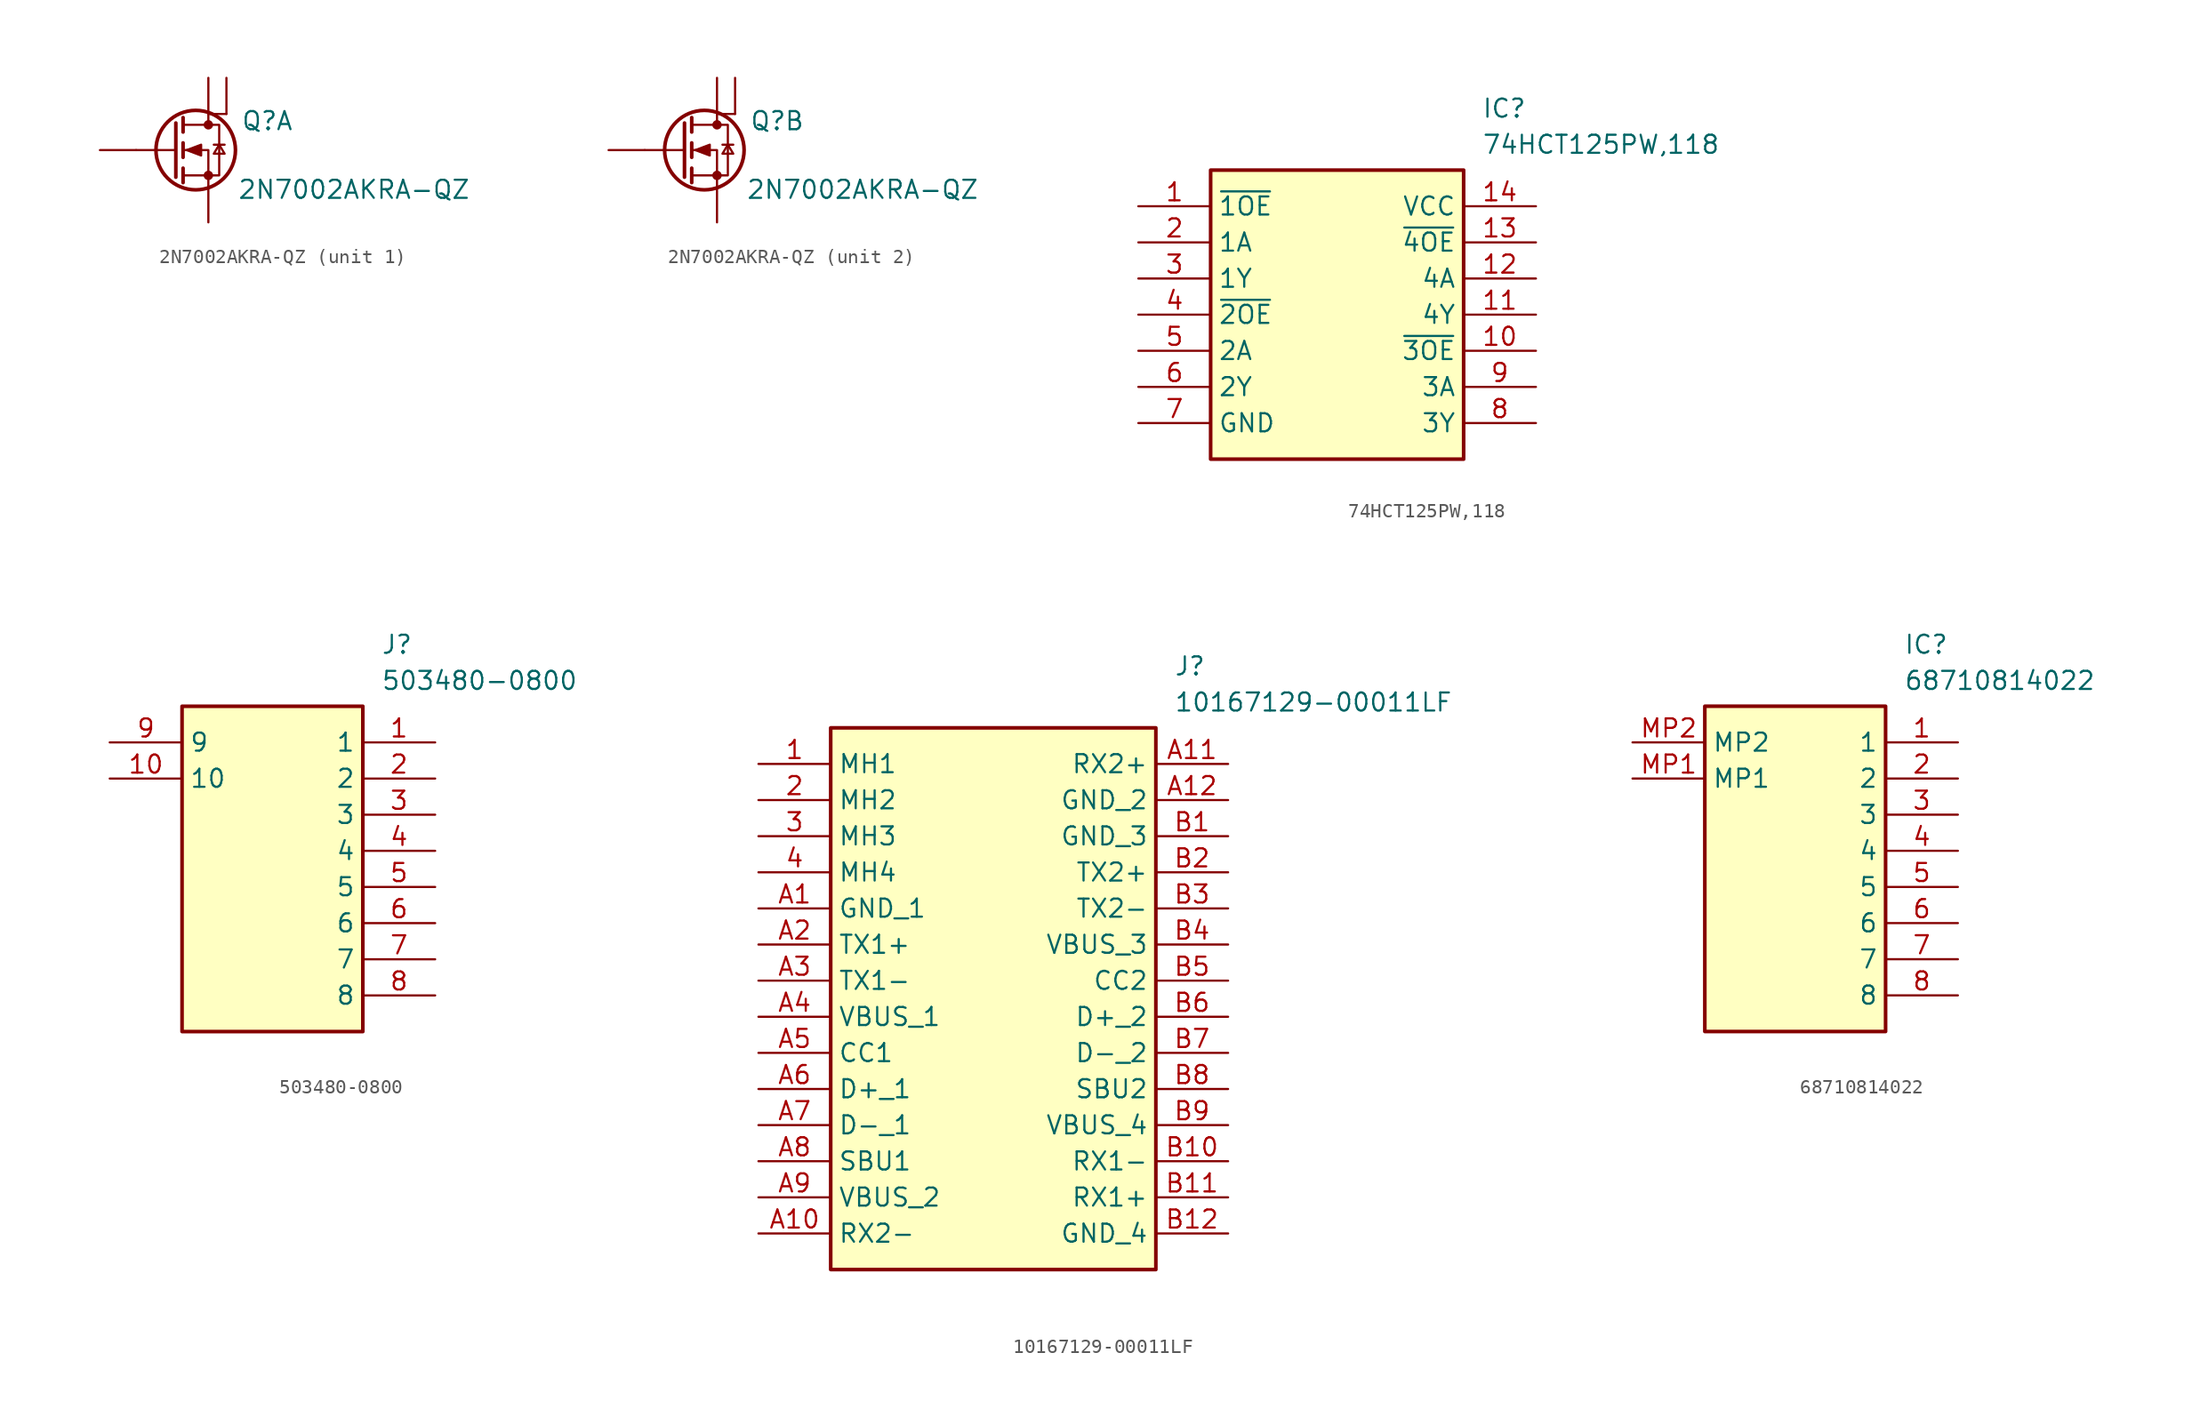
<source format=kicad_sym>
(kicad_symbol_lib
  (version 20241209)
  (generator "kicad_symbol_editor")
  (generator_version "9.0")
  (symbol "2N7002AKRA-QZ"
    (pin_numbers
      (hide yes))
    (pin_names
      (hide yes))
    (property "Reference" "Q"
      (at 4.826 2.794 0)
      (effects (font (size 1.27 1.27)) (justify left top)))
    (property "Value" "2N7002AKRA-QZ"
      (at 4.572 -2.032 0)
      (effects (font (size 1.27 1.27)) (justify left top)))
    (symbol "2N7002AKRA-QZ_0_1"
      (polyline (pts (xy 0.254 1.905) (xy 0.254 -1.905)) (stroke (width 0.254) (type default)) (fill (type none)))
      (polyline (pts (xy 0.254 0) (xy -2.54 0)) (stroke (width 0) (type default)) (fill (type none)))
      (polyline (pts (xy 0.762 2.286) (xy 0.762 1.27)) (stroke (width 0.254) (type default)) (fill (type none)))
      (polyline (pts (xy 0.762 0.508) (xy 0.762 -0.508)) (stroke (width 0.254) (type default)) (fill (type none)))
      (polyline (pts (xy 0.762 -1.27) (xy 0.762 -2.286)) (stroke (width 0.254) (type default)) (fill (type none)))
      (polyline (pts (xy 0.762 -1.778) (xy 3.302 -1.778) (xy 3.302 1.778) (xy 0.762 1.778)) (stroke (width 0) (type default)) (fill (type none)))
      (polyline (pts (xy 1.016 0) (xy 2.032 0.381) (xy 2.032 -0.381) (xy 1.016 0)) (stroke (width 0) (type default)) (fill (type outline)))
      (circle (center 1.651 0) (radius 2.794) (stroke (width 0.254) (type default)) (fill (type none)))
      (polyline (pts (xy 2.54 2.54) (xy 2.54 1.778)) (stroke (width 0) (type default)) (fill (type none)))
      (circle (center 2.54 1.778) (radius 0.254) (stroke (width 0) (type default)) (fill (type outline)))
      (circle (center 2.54 -1.778) (radius 0.254) (stroke (width 0) (type default)) (fill (type outline)))
      (polyline (pts (xy 2.54 -2.54) (xy 2.54 0) (xy 0.762 0)) (stroke (width 0) (type default)) (fill (type none)))
      (polyline (pts (xy 2.921 0.381) (xy 3.683 0.381)) (stroke (width 0) (type default)) (fill (type none)))
      (polyline (pts (xy 3.302 0.381) (xy 2.921 -0.254) (xy 3.683 -0.254) (xy 3.302 0.381)) (stroke (width 0) (type default)) (fill (type none)))
      (polyline (pts (xy 3.81 2.54) (xy 2.54 2.54)) (stroke (width 0) (type default)) (fill (type none))))
    (symbol "2N7002AKRA-QZ_1_1"
      (pin input line (at -5.08 0 0) (length 2.54) (name "G1" (effects (font (size 1.27 1.27)))) (number "2" (effects (font (size 1.27 1.27)))))
      (pin passive line (at 2.54 5.08 270) (length 2.54) (name "D1" (effects (font (size 1.27 1.27)))) (number "6" (effects (font (size 1.27 1.27)))))
      (pin passive line (at 2.54 -5.08 90) (length 2.54) (name "S1" (effects (font (size 1.27 1.27)))) (number "1" (effects (font (size 1.27 1.27)))))
      (pin passive line (at 3.81 5.08 270) (length 2.54) (name "D2" (effects (font (size 1.27 1.27)))) (number "7" (effects (font (size 1.27 1.27))))))
    (symbol "2N7002AKRA-QZ_2_1"
      (pin input line (at -5.08 0 0) (length 2.54) (name "G2" (effects (font (size 1.27 1.27)))) (number "5" (effects (font (size 1.27 1.27)))))
      (pin passive line (at 2.54 5.08 270) (length 2.54) (name "D2_1" (effects (font (size 1.27 1.27)))) (number "3" (effects (font (size 1.27 1.27)))))
      (pin passive line (at 2.54 -5.08 90) (length 2.54) (name "S2" (effects (font (size 1.27 1.27)))) (number "4" (effects (font (size 1.27 1.27)))))
      (pin passive line (at 3.81 5.08 270) (length 2.54) (name "D2_2" (effects (font (size 1.27 1.27)))) (number "8" (effects (font (size 1.27 1.27)))))))
  (symbol "74HCT125PW,118"
    (property "Reference" "IC"
      (at 24.13 7.62 0)
      (effects (font (size 1.27 1.27)) (justify left top)))
    (property "Value" "74HCT125PW,118"
      (at 24.13 5.08 0)
      (effects (font (size 1.27 1.27)) (justify left top)))
    (symbol "74HCT125PW,118_1_1"
      (rectangle (start 5.08 2.54) (end 22.86 -17.78) (stroke (width 0.254) (type default)) (fill (type background)))
      (pin passive line (at 0 0 0) (length 5.08) (name "~{1OE}" (effects (font (size 1.27 1.27)))) (number "1" (effects (font (size 1.27 1.27)))))
      (pin passive line (at 0 -2.54 0) (length 5.08) (name "1A" (effects (font (size 1.27 1.27)))) (number "2" (effects (font (size 1.27 1.27)))))
      (pin passive line (at 0 -5.08 0) (length 5.08) (name "1Y" (effects (font (size 1.27 1.27)))) (number "3" (effects (font (size 1.27 1.27)))))
      (pin passive line (at 0 -7.62 0) (length 5.08) (name "~{2OE}" (effects (font (size 1.27 1.27)))) (number "4" (effects (font (size 1.27 1.27)))))
      (pin passive line (at 0 -10.16 0) (length 5.08) (name "2A" (effects (font (size 1.27 1.27)))) (number "5" (effects (font (size 1.27 1.27)))))
      (pin passive line (at 0 -12.7 0) (length 5.08) (name "2Y" (effects (font (size 1.27 1.27)))) (number "6" (effects (font (size 1.27 1.27)))))
      (pin passive line (at 0 -15.24 0) (length 5.08) (name "GND" (effects (font (size 1.27 1.27)))) (number "7" (effects (font (size 1.27 1.27)))))
      (pin passive line (at 27.94 0 180) (length 5.08) (name "VCC" (effects (font (size 1.27 1.27)))) (number "14" (effects (font (size 1.27 1.27)))))
      (pin passive line (at 27.94 -2.54 180) (length 5.08) (name "~{4OE}" (effects (font (size 1.27 1.27)))) (number "13" (effects (font (size 1.27 1.27)))))
      (pin passive line (at 27.94 -5.08 180) (length 5.08) (name "4A" (effects (font (size 1.27 1.27)))) (number "12" (effects (font (size 1.27 1.27)))))
      (pin passive line (at 27.94 -7.62 180) (length 5.08) (name "4Y" (effects (font (size 1.27 1.27)))) (number "11" (effects (font (size 1.27 1.27)))))
      (pin passive line (at 27.94 -10.16 180) (length 5.08) (name "~{3OE}" (effects (font (size 1.27 1.27)))) (number "10" (effects (font (size 1.27 1.27)))))
      (pin passive line (at 27.94 -12.7 180) (length 5.08) (name "3A" (effects (font (size 1.27 1.27)))) (number "9" (effects (font (size 1.27 1.27)))))
      (pin passive line (at 27.94 -15.24 180) (length 5.08) (name "3Y" (effects (font (size 1.27 1.27)))) (number "8" (effects (font (size 1.27 1.27)))))))
  (symbol "503480-0800"
    (property "Reference" "J"
      (at 19.05 7.62 0)
      (effects (font (size 1.27 1.27)) (justify left top)))
    (property "Value" "503480-0800"
      (at 19.05 5.08 0)
      (effects (font (size 1.27 1.27)) (justify left top)))
    (symbol "503480-0800_1_1"
      (rectangle (start 5.08 2.54) (end 17.78 -20.32) (stroke (width 0.254) (type default)) (fill (type background)))
      (pin passive line (at 0 0 0) (length 5.08) (name "9" (effects (font (size 1.27 1.27)))) (number "9" (effects (font (size 1.27 1.27)))))
      (pin passive line (at 0 -2.54 0) (length 5.08) (name "10" (effects (font (size 1.27 1.27)))) (number "10" (effects (font (size 1.27 1.27)))))
      (pin passive line (at 22.86 0 180) (length 5.08) (name "1" (effects (font (size 1.27 1.27)))) (number "1" (effects (font (size 1.27 1.27)))))
      (pin passive line (at 22.86 -2.54 180) (length 5.08) (name "2" (effects (font (size 1.27 1.27)))) (number "2" (effects (font (size 1.27 1.27)))))
      (pin passive line (at 22.86 -5.08 180) (length 5.08) (name "3" (effects (font (size 1.27 1.27)))) (number "3" (effects (font (size 1.27 1.27)))))
      (pin passive line (at 22.86 -7.62 180) (length 5.08) (name "4" (effects (font (size 1.27 1.27)))) (number "4" (effects (font (size 1.27 1.27)))))
      (pin passive line (at 22.86 -10.16 180) (length 5.08) (name "5" (effects (font (size 1.27 1.27)))) (number "5" (effects (font (size 1.27 1.27)))))
      (pin passive line (at 22.86 -12.7 180) (length 5.08) (name "6" (effects (font (size 1.27 1.27)))) (number "6" (effects (font (size 1.27 1.27)))))
      (pin passive line (at 22.86 -15.24 180) (length 5.08) (name "7" (effects (font (size 1.27 1.27)))) (number "7" (effects (font (size 1.27 1.27)))))
      (pin passive line (at 22.86 -17.78 180) (length 5.08) (name "8" (effects (font (size 1.27 1.27)))) (number "8" (effects (font (size 1.27 1.27)))))))
  (symbol "10167129-00011LF"
    (property "Reference" "J"
      (at 29.21 7.62 0)
      (effects (font (size 1.27 1.27)) (justify left top)))
    (property "Value" "10167129-00011LF"
      (at 29.21 5.08 0)
      (effects (font (size 1.27 1.27)) (justify left top)))
    (symbol "10167129-00011LF_1_1"
      (rectangle (start 5.08 2.54) (end 27.94 -35.56) (stroke (width 0.254) (type default)) (fill (type background)))
      (pin passive line (at 0 0 0) (length 5.08) (name "MH1" (effects (font (size 1.27 1.27)))) (number "1" (effects (font (size 1.27 1.27)))))
      (pin passive line (at 0 -2.54 0) (length 5.08) (name "MH2" (effects (font (size 1.27 1.27)))) (number "2" (effects (font (size 1.27 1.27)))))
      (pin passive line (at 0 -5.08 0) (length 5.08) (name "MH3" (effects (font (size 1.27 1.27)))) (number "3" (effects (font (size 1.27 1.27)))))
      (pin passive line (at 0 -7.62 0) (length 5.08) (name "MH4" (effects (font (size 1.27 1.27)))) (number "4" (effects (font (size 1.27 1.27)))))
      (pin passive line (at 0 -10.16 0) (length 5.08) (name "GND_1" (effects (font (size 1.27 1.27)))) (number "A1" (effects (font (size 1.27 1.27)))))
      (pin passive line (at 0 -12.7 0) (length 5.08) (name "TX1+" (effects (font (size 1.27 1.27)))) (number "A2" (effects (font (size 1.27 1.27)))))
      (pin passive line (at 0 -15.24 0) (length 5.08) (name "TX1-" (effects (font (size 1.27 1.27)))) (number "A3" (effects (font (size 1.27 1.27)))))
      (pin passive line (at 0 -17.78 0) (length 5.08) (name "VBUS_1" (effects (font (size 1.27 1.27)))) (number "A4" (effects (font (size 1.27 1.27)))))
      (pin passive line (at 0 -20.32 0) (length 5.08) (name "CC1" (effects (font (size 1.27 1.27)))) (number "A5" (effects (font (size 1.27 1.27)))))
      (pin passive line (at 0 -22.86 0) (length 5.08) (name "D+_1" (effects (font (size 1.27 1.27)))) (number "A6" (effects (font (size 1.27 1.27)))))
      (pin passive line (at 0 -25.4 0) (length 5.08) (name "D-_1" (effects (font (size 1.27 1.27)))) (number "A7" (effects (font (size 1.27 1.27)))))
      (pin passive line (at 0 -27.94 0) (length 5.08) (name "SBU1" (effects (font (size 1.27 1.27)))) (number "A8" (effects (font (size 1.27 1.27)))))
      (pin passive line (at 0 -30.48 0) (length 5.08) (name "VBUS_2" (effects (font (size 1.27 1.27)))) (number "A9" (effects (font (size 1.27 1.27)))))
      (pin passive line (at 0 -33.02 0) (length 5.08) (name "RX2-" (effects (font (size 1.27 1.27)))) (number "A10" (effects (font (size 1.27 1.27)))))
      (pin passive line (at 33.02 0 180) (length 5.08) (name "RX2+" (effects (font (size 1.27 1.27)))) (number "A11" (effects (font (size 1.27 1.27)))))
      (pin passive line (at 33.02 -2.54 180) (length 5.08) (name "GND_2" (effects (font (size 1.27 1.27)))) (number "A12" (effects (font (size 1.27 1.27)))))
      (pin passive line (at 33.02 -5.08 180) (length 5.08) (name "GND_3" (effects (font (size 1.27 1.27)))) (number "B1" (effects (font (size 1.27 1.27)))))
      (pin passive line (at 33.02 -7.62 180) (length 5.08) (name "TX2+" (effects (font (size 1.27 1.27)))) (number "B2" (effects (font (size 1.27 1.27)))))
      (pin passive line (at 33.02 -10.16 180) (length 5.08) (name "TX2-" (effects (font (size 1.27 1.27)))) (number "B3" (effects (font (size 1.27 1.27)))))
      (pin passive line (at 33.02 -12.7 180) (length 5.08) (name "VBUS_3" (effects (font (size 1.27 1.27)))) (number "B4" (effects (font (size 1.27 1.27)))))
      (pin passive line (at 33.02 -15.24 180) (length 5.08) (name "CC2" (effects (font (size 1.27 1.27)))) (number "B5" (effects (font (size 1.27 1.27)))))
      (pin passive line (at 33.02 -17.78 180) (length 5.08) (name "D+_2" (effects (font (size 1.27 1.27)))) (number "B6" (effects (font (size 1.27 1.27)))))
      (pin passive line (at 33.02 -20.32 180) (length 5.08) (name "D-_2" (effects (font (size 1.27 1.27)))) (number "B7" (effects (font (size 1.27 1.27)))))
      (pin passive line (at 33.02 -22.86 180) (length 5.08) (name "SBU2" (effects (font (size 1.27 1.27)))) (number "B8" (effects (font (size 1.27 1.27)))))
      (pin passive line (at 33.02 -25.4 180) (length 5.08) (name "VBUS_4" (effects (font (size 1.27 1.27)))) (number "B9" (effects (font (size 1.27 1.27)))))
      (pin passive line (at 33.02 -27.94 180) (length 5.08) (name "RX1-" (effects (font (size 1.27 1.27)))) (number "B10" (effects (font (size 1.27 1.27)))))
      (pin passive line (at 33.02 -30.48 180) (length 5.08) (name "RX1+" (effects (font (size 1.27 1.27)))) (number "B11" (effects (font (size 1.27 1.27)))))
      (pin passive line (at 33.02 -33.02 180) (length 5.08) (name "GND_4" (effects (font (size 1.27 1.27)))) (number "B12" (effects (font (size 1.27 1.27)))))))
  (symbol "68710814022"
    (property "Reference" "IC"
      (at 19.05 7.62 0)
      (effects (font (size 1.27 1.27)) (justify left top)))
    (property "Value" "68710814022"
      (at 19.05 5.08 0)
      (effects (font (size 1.27 1.27)) (justify left top)))
    (symbol "68710814022_1_1"
      (rectangle (start 5.08 2.54) (end 17.78 -20.32) (stroke (width 0.254) (type default)) (fill (type background)))
      (pin passive line (at 0 0 0) (length 5.08) (name "MP2" (effects (font (size 1.27 1.27)))) (number "MP2" (effects (font (size 1.27 1.27)))))
      (pin passive line (at 0 -2.54 0) (length 5.08) (name "MP1" (effects (font (size 1.27 1.27)))) (number "MP1" (effects (font (size 1.27 1.27)))))
      (pin passive line (at 22.86 0 180) (length 5.08) (name "1" (effects (font (size 1.27 1.27)))) (number "1" (effects (font (size 1.27 1.27)))))
      (pin passive line (at 22.86 -2.54 180) (length 5.08) (name "2" (effects (font (size 1.27 1.27)))) (number "2" (effects (font (size 1.27 1.27)))))
      (pin passive line (at 22.86 -5.08 180) (length 5.08) (name "3" (effects (font (size 1.27 1.27)))) (number "3" (effects (font (size 1.27 1.27)))))
      (pin passive line (at 22.86 -7.62 180) (length 5.08) (name "4" (effects (font (size 1.27 1.27)))) (number "4" (effects (font (size 1.27 1.27)))))
      (pin passive line (at 22.86 -10.16 180) (length 5.08) (name "5" (effects (font (size 1.27 1.27)))) (number "5" (effects (font (size 1.27 1.27)))))
      (pin passive line (at 22.86 -12.7 180) (length 5.08) (name "6" (effects (font (size 1.27 1.27)))) (number "6" (effects (font (size 1.27 1.27)))))
      (pin passive line (at 22.86 -15.24 180) (length 5.08) (name "7" (effects (font (size 1.27 1.27)))) (number "7" (effects (font (size 1.27 1.27)))))
      (pin passive line (at 22.86 -17.78 180) (length 5.08) (name "8" (effects (font (size 1.27 1.27)))) (number "8" (effects (font (size 1.27 1.27))))))))
</source>
